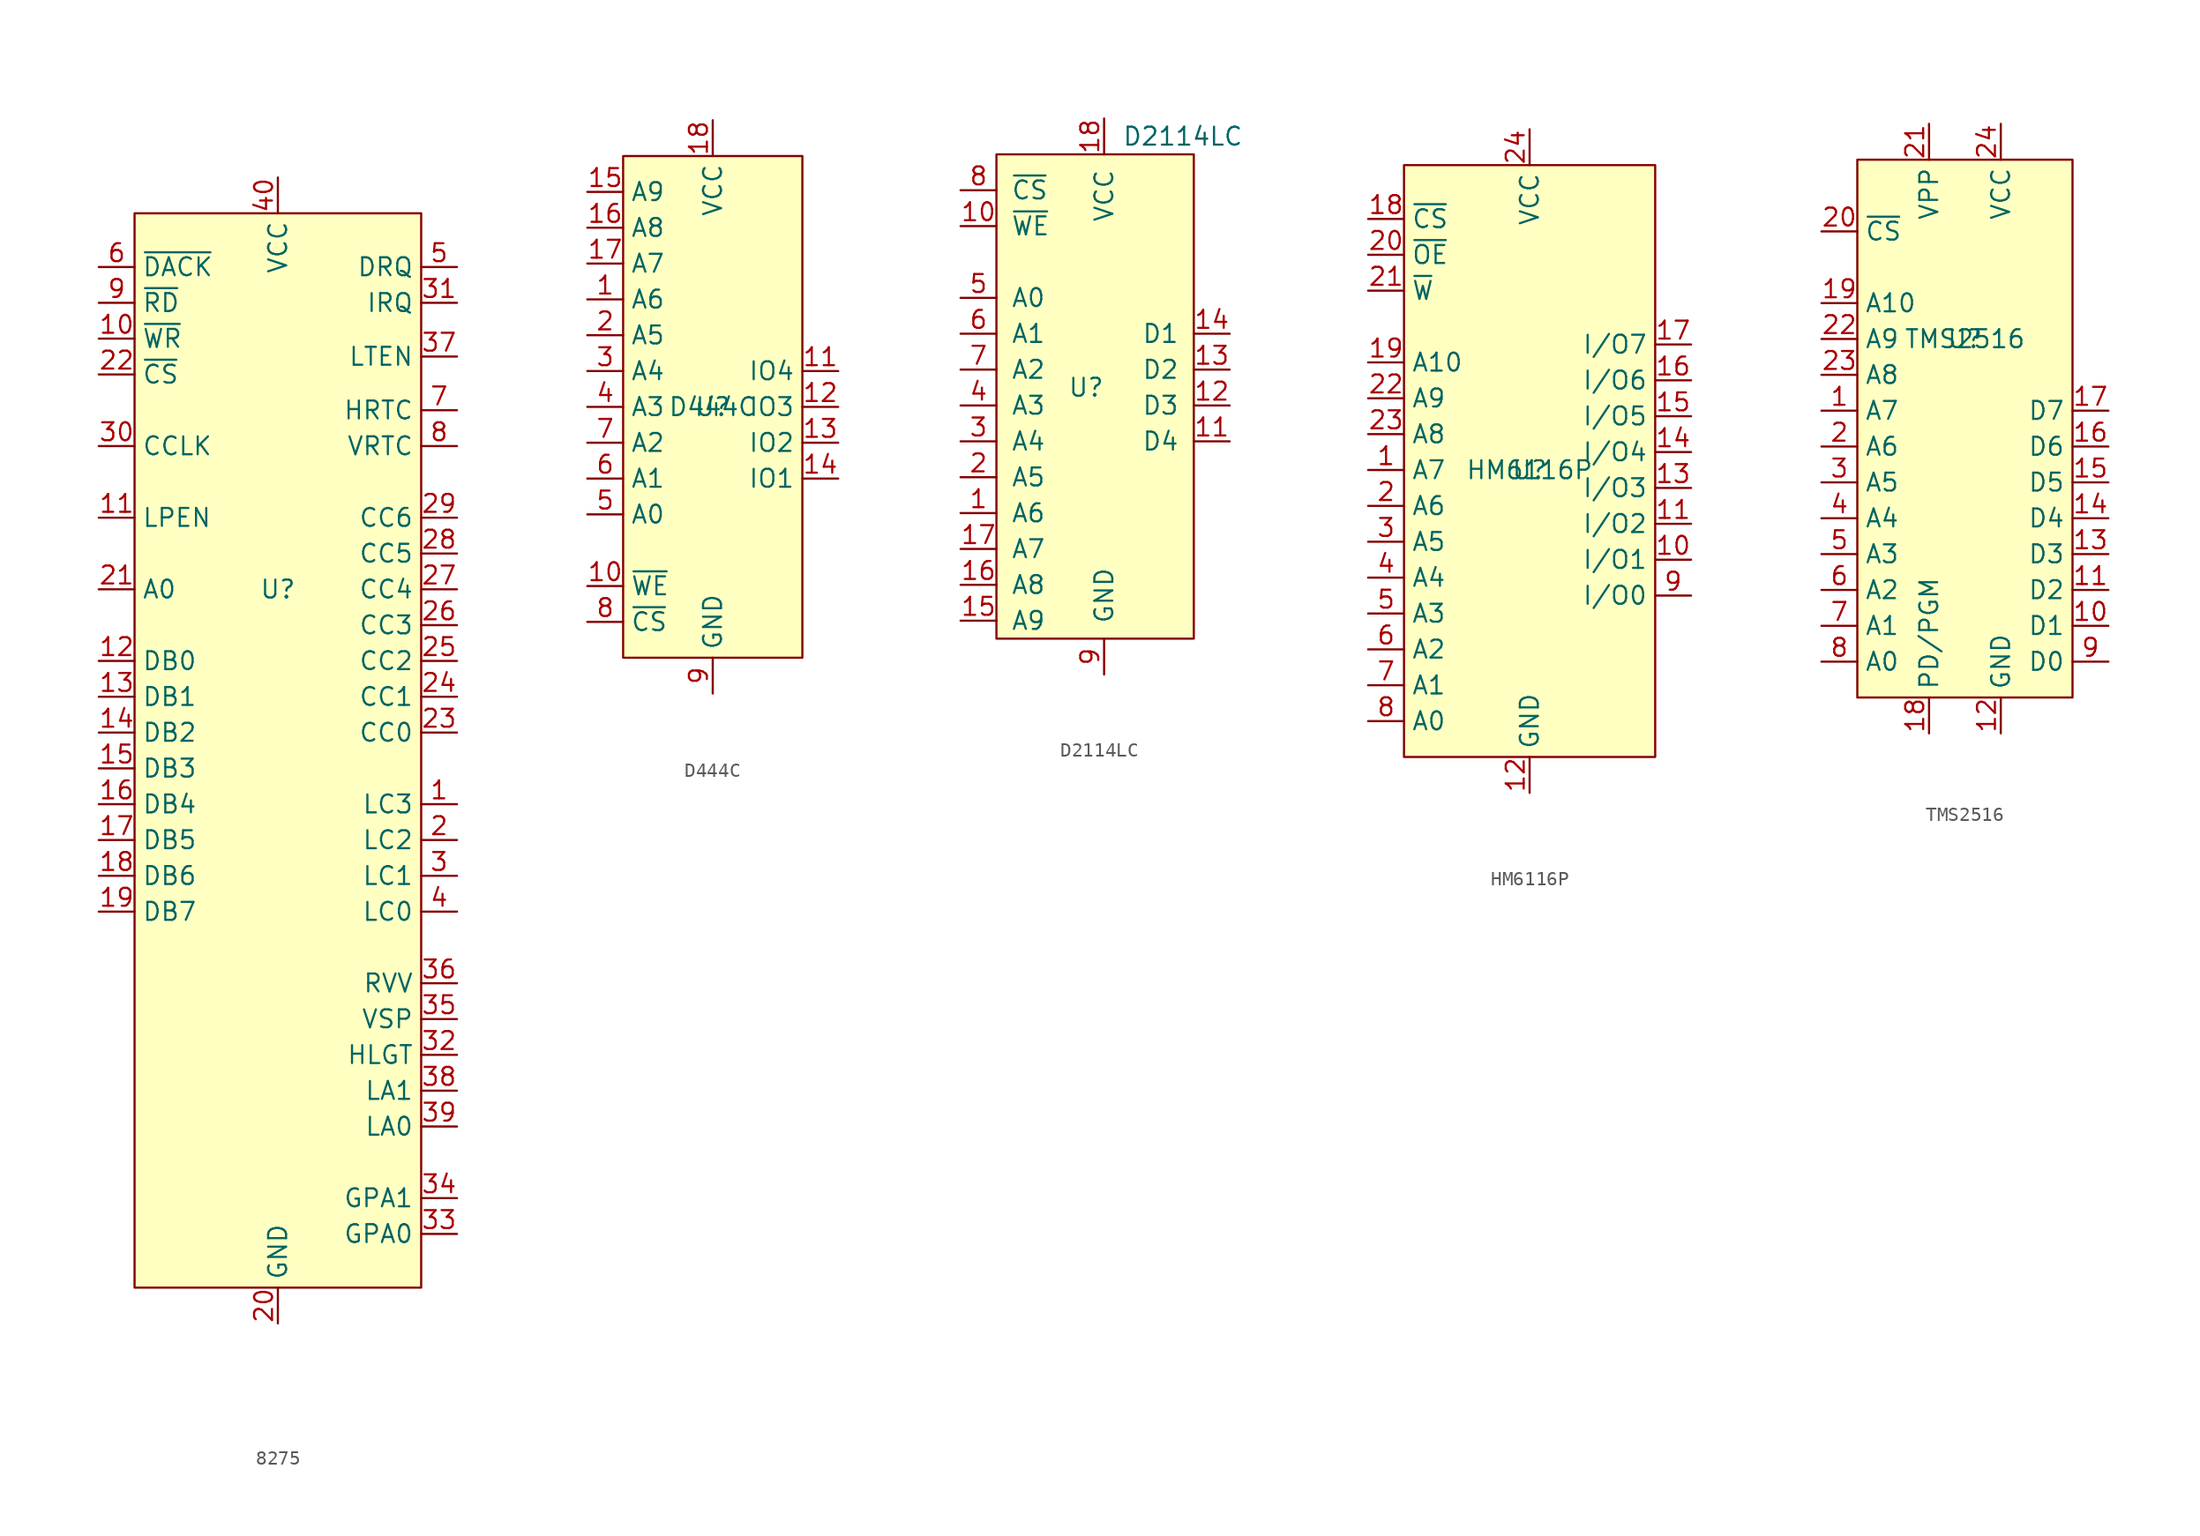
<source format=kicad_sym>
(kicad_symbol_lib
  (version 20241209)
  (generator "kicad_symbol_editor")
  (generator_version "9.0")
  (symbol "8275"
    (property "Reference" "U"
      (at 0 0 0)
      (effects (font (size 1.27 1.27))))
    (property "Value" ""
      (at 0 0 0)
      (effects (font (size 1.27 1.27))))
    (symbol "8275_1_1"
      (rectangle (start -10.16 26.67) (end 10.16 -49.53) (stroke (width 0) (type solid)) (fill (type background)))
      (pin input line (at -12.7 22.86 0) (length 2.54) (name "~{DACK}" (effects (font (size 1.27 1.27)))) (number "6" (effects (font (size 1.27 1.27)))))
      (pin input line (at -12.7 20.32 0) (length 2.54) (name "~{RD}" (effects (font (size 1.27 1.27)))) (number "9" (effects (font (size 1.27 1.27)))))
      (pin input line (at -12.7 17.78 0) (length 2.54) (name "~{WR}" (effects (font (size 1.27 1.27)))) (number "10" (effects (font (size 1.27 1.27)))))
      (pin input line (at -12.7 15.24 0) (length 2.54) (name "~{CS}" (effects (font (size 1.27 1.27)))) (number "22" (effects (font (size 1.27 1.27)))))
      (pin input line (at -12.7 10.16 0) (length 2.54) (name "CCLK" (effects (font (size 1.27 1.27)))) (number "30" (effects (font (size 1.27 1.27)))))
      (pin input line (at -12.7 5.08 0) (length 2.54) (name "LPEN" (effects (font (size 1.27 1.27)))) (number "11" (effects (font (size 1.27 1.27)))))
      (pin input line (at -12.7 0 0) (length 2.54) (name "A0" (effects (font (size 1.27 1.27)))) (number "21" (effects (font (size 1.27 1.27)))))
      (pin bidirectional line (at -12.7 -5.08 0) (length 2.54) (name "DB0" (effects (font (size 1.27 1.27)))) (number "12" (effects (font (size 1.27 1.27)))))
      (pin bidirectional line (at -12.7 -7.62 0) (length 2.54) (name "DB1" (effects (font (size 1.27 1.27)))) (number "13" (effects (font (size 1.27 1.27)))))
      (pin bidirectional line (at -12.7 -10.16 0) (length 2.54) (name "DB2" (effects (font (size 1.27 1.27)))) (number "14" (effects (font (size 1.27 1.27)))))
      (pin bidirectional line (at -12.7 -12.7 0) (length 2.54) (name "DB3" (effects (font (size 1.27 1.27)))) (number "15" (effects (font (size 1.27 1.27)))))
      (pin bidirectional line (at -12.7 -15.24 0) (length 2.54) (name "DB4" (effects (font (size 1.27 1.27)))) (number "16" (effects (font (size 1.27 1.27)))))
      (pin bidirectional line (at -12.7 -17.78 0) (length 2.54) (name "DB5" (effects (font (size 1.27 1.27)))) (number "17" (effects (font (size 1.27 1.27)))))
      (pin bidirectional line (at -12.7 -20.32 0) (length 2.54) (name "DB6" (effects (font (size 1.27 1.27)))) (number "18" (effects (font (size 1.27 1.27)))))
      (pin bidirectional line (at -12.7 -22.86 0) (length 2.54) (name "DB7" (effects (font (size 1.27 1.27)))) (number "19" (effects (font (size 1.27 1.27)))))
      (pin power_in line (at 0 29.21 270) (length 2.54) (name "VCC" (effects (font (size 1.27 1.27)))) (number "40" (effects (font (size 1.27 1.27)))))
      (pin power_in line (at 0 -52.07 90) (length 2.54) (name "GND" (effects (font (size 1.27 1.27)))) (number "20" (effects (font (size 1.27 1.27)))))
      (pin output line (at 12.7 22.86 180) (length 2.54) (name "DRQ" (effects (font (size 1.27 1.27)))) (number "5" (effects (font (size 1.27 1.27)))))
      (pin output line (at 12.7 20.32 180) (length 2.54) (name "IRQ" (effects (font (size 1.27 1.27)))) (number "31" (effects (font (size 1.27 1.27)))))
      (pin output line (at 12.7 16.51 180) (length 2.54) (name "LTEN" (effects (font (size 1.27 1.27)))) (number "37" (effects (font (size 1.27 1.27)))))
      (pin output line (at 12.7 12.7 180) (length 2.54) (name "HRTC" (effects (font (size 1.27 1.27)))) (number "7" (effects (font (size 1.27 1.27)))))
      (pin output line (at 12.7 10.16 180) (length 2.54) (name "VRTC" (effects (font (size 1.27 1.27)))) (number "8" (effects (font (size 1.27 1.27)))))
      (pin output line (at 12.7 5.08 180) (length 2.54) (name "CC6" (effects (font (size 1.27 1.27)))) (number "29" (effects (font (size 1.27 1.27)))))
      (pin output line (at 12.7 2.54 180) (length 2.54) (name "CC5" (effects (font (size 1.27 1.27)))) (number "28" (effects (font (size 1.27 1.27)))))
      (pin output line (at 12.7 0 180) (length 2.54) (name "CC4" (effects (font (size 1.27 1.27)))) (number "27" (effects (font (size 1.27 1.27)))))
      (pin output line (at 12.7 -2.54 180) (length 2.54) (name "CC3" (effects (font (size 1.27 1.27)))) (number "26" (effects (font (size 1.27 1.27)))))
      (pin output line (at 12.7 -5.08 180) (length 2.54) (name "CC2" (effects (font (size 1.27 1.27)))) (number "25" (effects (font (size 1.27 1.27)))))
      (pin output line (at 12.7 -7.62 180) (length 2.54) (name "CC1" (effects (font (size 1.27 1.27)))) (number "24" (effects (font (size 1.27 1.27)))))
      (pin output line (at 12.7 -10.16 180) (length 2.54) (name "CC0" (effects (font (size 1.27 1.27)))) (number "23" (effects (font (size 1.27 1.27)))))
      (pin output line (at 12.7 -15.24 180) (length 2.54) (name "LC3" (effects (font (size 1.27 1.27)))) (number "1" (effects (font (size 1.27 1.27)))))
      (pin output line (at 12.7 -17.78 180) (length 2.54) (name "LC2" (effects (font (size 1.27 1.27)))) (number "2" (effects (font (size 1.27 1.27)))))
      (pin output line (at 12.7 -20.32 180) (length 2.54) (name "LC1" (effects (font (size 1.27 1.27)))) (number "3" (effects (font (size 1.27 1.27)))))
      (pin output line (at 12.7 -22.86 180) (length 2.54) (name "LC0" (effects (font (size 1.27 1.27)))) (number "4" (effects (font (size 1.27 1.27)))))
      (pin output line (at 12.7 -27.94 180) (length 2.54) (name "RVV" (effects (font (size 1.27 1.27)))) (number "36" (effects (font (size 1.27 1.27)))))
      (pin output line (at 12.7 -30.48 180) (length 2.54) (name "VSP" (effects (font (size 1.27 1.27)))) (number "35" (effects (font (size 1.27 1.27)))))
      (pin output line (at 12.7 -33.02 180) (length 2.54) (name "HLGT" (effects (font (size 1.27 1.27)))) (number "32" (effects (font (size 1.27 1.27)))))
      (pin output line (at 12.7 -35.56 180) (length 2.54) (name "LA1" (effects (font (size 1.27 1.27)))) (number "38" (effects (font (size 1.27 1.27)))))
      (pin output line (at 12.7 -38.1 180) (length 2.54) (name "LA0" (effects (font (size 1.27 1.27)))) (number "39" (effects (font (size 1.27 1.27)))))
      (pin output line (at 12.7 -43.18 180) (length 2.54) (name "GPA1" (effects (font (size 1.27 1.27)))) (number "34" (effects (font (size 1.27 1.27)))))
      (pin output line (at 12.7 -45.72 180) (length 2.54) (name "GPA0" (effects (font (size 1.27 1.27)))) (number "33" (effects (font (size 1.27 1.27)))))))
  (symbol "D444C"
    (property "Reference" "U"
      (at 0 0 0)
      (effects (font (size 1.27 1.27))))
    (property "Value" "D444C"
      (at 0 0 0)
      (effects (font (size 1.27 1.27))))
    (symbol "D444C_1_1"
      (rectangle (start -6.35 17.78) (end 6.35 -17.78) (stroke (width 0) (type solid)) (fill (type background)))
      (pin input line (at -8.89 15.24 0) (length 2.54) (name "A9" (effects (font (size 1.27 1.27)))) (number "15" (effects (font (size 1.27 1.27)))))
      (pin input line (at -8.89 12.7 0) (length 2.54) (name "A8" (effects (font (size 1.27 1.27)))) (number "16" (effects (font (size 1.27 1.27)))))
      (pin input line (at -8.89 10.16 0) (length 2.54) (name "A7" (effects (font (size 1.27 1.27)))) (number "17" (effects (font (size 1.27 1.27)))))
      (pin input line (at -8.89 7.62 0) (length 2.54) (name "A6" (effects (font (size 1.27 1.27)))) (number "1" (effects (font (size 1.27 1.27)))))
      (pin input line (at -8.89 5.08 0) (length 2.54) (name "A5" (effects (font (size 1.27 1.27)))) (number "2" (effects (font (size 1.27 1.27)))))
      (pin input line (at -8.89 2.54 0) (length 2.54) (name "A4" (effects (font (size 1.27 1.27)))) (number "3" (effects (font (size 1.27 1.27)))))
      (pin input line (at -8.89 0 0) (length 2.54) (name "A3" (effects (font (size 1.27 1.27)))) (number "4" (effects (font (size 1.27 1.27)))))
      (pin input line (at -8.89 -2.54 0) (length 2.54) (name "A2" (effects (font (size 1.27 1.27)))) (number "7" (effects (font (size 1.27 1.27)))))
      (pin input line (at -8.89 -5.08 0) (length 2.54) (name "A1" (effects (font (size 1.27 1.27)))) (number "6" (effects (font (size 1.27 1.27)))))
      (pin input line (at -8.89 -7.62 0) (length 2.54) (name "A0" (effects (font (size 1.27 1.27)))) (number "5" (effects (font (size 1.27 1.27)))))
      (pin input line (at -8.89 -12.7 0) (length 2.54) (name "~{WE}" (effects (font (size 1.27 1.27)))) (number "10" (effects (font (size 1.27 1.27)))))
      (pin input line (at -8.89 -15.24 0) (length 2.54) (name "~{CS}" (effects (font (size 1.27 1.27)))) (number "8" (effects (font (size 1.27 1.27)))))
      (pin power_in line (at 0 20.32 270) (length 2.54) (name "VCC" (effects (font (size 1.27 1.27)))) (number "18" (effects (font (size 1.27 1.27)))))
      (pin power_in line (at 0 -20.32 90) (length 2.54) (name "GND" (effects (font (size 1.27 1.27)))) (number "9" (effects (font (size 1.27 1.27)))))
      (pin bidirectional line (at 8.89 2.54 180) (length 2.54) (name "IO4" (effects (font (size 1.27 1.27)))) (number "11" (effects (font (size 1.27 1.27)))))
      (pin bidirectional line (at 8.89 0 180) (length 2.54) (name "IO3" (effects (font (size 1.27 1.27)))) (number "12" (effects (font (size 1.27 1.27)))))
      (pin bidirectional line (at 8.89 -2.54 180) (length 2.54) (name "IO2" (effects (font (size 1.27 1.27)))) (number "13" (effects (font (size 1.27 1.27)))))
      (pin bidirectional line (at 8.89 -5.08 180) (length 2.54) (name "IO1" (effects (font (size 1.27 1.27)))) (number "14" (effects (font (size 1.27 1.27)))))))
  (symbol "D2114LC"
    (pin_names
      (offset 1.016))
    (property "Reference" "U"
      (at -1.27 0 0)
      (effects (font (size 1.27 1.27))))
    (property "Value" "D2114LC"
      (at 1.27 17.78 0)
      (effects (font (size 1.27 1.27)) (justify left)))
    (symbol "D2114LC_0_1"
      (rectangle (start -7.62 16.51) (end 6.35 -17.78) (stroke (width 0) (type solid)) (fill (type background))))
    (symbol "D2114LC_1_1"
      (pin input line (at -10.16 13.97 0) (length 2.54) (name "~{CS}" (effects (font (size 1.27 1.27)))) (number "8" (effects (font (size 1.27 1.27)))))
      (pin input line (at -10.16 11.43 0) (length 2.54) (name "~{WE}" (effects (font (size 1.27 1.27)))) (number "10" (effects (font (size 1.27 1.27)))))
      (pin input line (at -10.16 6.35 0) (length 2.54) (name "A0" (effects (font (size 1.27 1.27)))) (number "5" (effects (font (size 1.27 1.27)))))
      (pin input line (at -10.16 3.81 0) (length 2.54) (name "A1" (effects (font (size 1.27 1.27)))) (number "6" (effects (font (size 1.27 1.27)))))
      (pin input line (at -10.16 1.27 0) (length 2.54) (name "A2" (effects (font (size 1.27 1.27)))) (number "7" (effects (font (size 1.27 1.27)))))
      (pin input line (at -10.16 -1.27 0) (length 2.54) (name "A3" (effects (font (size 1.27 1.27)))) (number "4" (effects (font (size 1.27 1.27)))))
      (pin input line (at -10.16 -3.81 0) (length 2.54) (name "A4" (effects (font (size 1.27 1.27)))) (number "3" (effects (font (size 1.27 1.27)))))
      (pin input line (at -10.16 -6.35 0) (length 2.54) (name "A5" (effects (font (size 1.27 1.27)))) (number "2" (effects (font (size 1.27 1.27)))))
      (pin input line (at -10.16 -8.89 0) (length 2.54) (name "A6" (effects (font (size 1.27 1.27)))) (number "1" (effects (font (size 1.27 1.27)))))
      (pin input line (at -10.16 -11.43 0) (length 2.54) (name "A7" (effects (font (size 1.27 1.27)))) (number "17" (effects (font (size 1.27 1.27)))))
      (pin input line (at -10.16 -13.97 0) (length 2.54) (name "A8" (effects (font (size 1.27 1.27)))) (number "16" (effects (font (size 1.27 1.27)))))
      (pin input line (at -10.16 -16.51 0) (length 2.54) (name "A9" (effects (font (size 1.27 1.27)))) (number "15" (effects (font (size 1.27 1.27)))))
      (pin power_in line (at 0 19.05 270) (length 2.54) (name "VCC" (effects (font (size 1.27 1.27)))) (number "18" (effects (font (size 1.27 1.27)))))
      (pin power_in line (at 0 -20.32 90) (length 2.54) (name "GND" (effects (font (size 1.27 1.27)))) (number "9" (effects (font (size 1.27 1.27)))))
      (pin bidirectional line (at 8.89 3.81 180) (length 2.54) (name "D1" (effects (font (size 1.27 1.27)))) (number "14" (effects (font (size 1.27 1.27)))))
      (pin bidirectional line (at 8.89 1.27 180) (length 2.54) (name "D2" (effects (font (size 1.27 1.27)))) (number "13" (effects (font (size 1.27 1.27)))))
      (pin bidirectional line (at 8.89 -1.27 180) (length 2.54) (name "D3" (effects (font (size 1.27 1.27)))) (number "12" (effects (font (size 1.27 1.27)))))
      (pin bidirectional line (at 8.89 -3.81 180) (length 2.54) (name "D4" (effects (font (size 1.27 1.27)))) (number "11" (effects (font (size 1.27 1.27)))))))
  (symbol "HM6116P"
    (property "Reference" "U"
      (at 0 0 0)
      (effects (font (size 1.27 1.27))))
    (property "Value" "HM6116P"
      (at 0 0 0)
      (effects (font (size 1.27 1.27))))
    (symbol "HM6116P_1_1"
      (rectangle (start -8.89 21.59) (end 8.89 -20.32) (stroke (width 0) (type solid)) (fill (type background)))
      (pin input line (at -11.43 17.78 0) (length 2.54) (name "~{CS}" (effects (font (size 1.27 1.27)))) (number "18" (effects (font (size 1.27 1.27)))))
      (pin input line (at -11.43 15.24 0) (length 2.54) (name "~{OE}" (effects (font (size 1.27 1.27)))) (number "20" (effects (font (size 1.27 1.27)))))
      (pin input line (at -11.43 12.7 0) (length 2.54) (name "~{W}" (effects (font (size 1.27 1.27)))) (number "21" (effects (font (size 1.27 1.27)))))
      (pin input line (at -11.43 7.62 0) (length 2.54) (name "A10" (effects (font (size 1.27 1.27)))) (number "19" (effects (font (size 1.27 1.27)))))
      (pin input line (at -11.43 5.08 0) (length 2.54) (name "A9" (effects (font (size 1.27 1.27)))) (number "22" (effects (font (size 1.27 1.27)))))
      (pin input line (at -11.43 2.54 0) (length 2.54) (name "A8" (effects (font (size 1.27 1.27)))) (number "23" (effects (font (size 1.27 1.27)))))
      (pin input line (at -11.43 0 0) (length 2.54) (name "A7" (effects (font (size 1.27 1.27)))) (number "1" (effects (font (size 1.27 1.27)))))
      (pin input line (at -11.43 -2.54 0) (length 2.54) (name "A6" (effects (font (size 1.27 1.27)))) (number "2" (effects (font (size 1.27 1.27)))))
      (pin input line (at -11.43 -5.08 0) (length 2.54) (name "A5" (effects (font (size 1.27 1.27)))) (number "3" (effects (font (size 1.27 1.27)))))
      (pin input line (at -11.43 -7.62 0) (length 2.54) (name "A4" (effects (font (size 1.27 1.27)))) (number "4" (effects (font (size 1.27 1.27)))))
      (pin input line (at -11.43 -10.16 0) (length 2.54) (name "A3" (effects (font (size 1.27 1.27)))) (number "5" (effects (font (size 1.27 1.27)))))
      (pin input line (at -11.43 -12.7 0) (length 2.54) (name "A2" (effects (font (size 1.27 1.27)))) (number "6" (effects (font (size 1.27 1.27)))))
      (pin input line (at -11.43 -15.24 0) (length 2.54) (name "A1" (effects (font (size 1.27 1.27)))) (number "7" (effects (font (size 1.27 1.27)))))
      (pin input line (at -11.43 -17.78 0) (length 2.54) (name "A0" (effects (font (size 1.27 1.27)))) (number "8" (effects (font (size 1.27 1.27)))))
      (pin power_in line (at 0 24.13 270) (length 2.54) (name "VCC" (effects (font (size 1.27 1.27)))) (number "24" (effects (font (size 1.27 1.27)))))
      (pin power_in line (at 0 -22.86 90) (length 2.54) (name "GND" (effects (font (size 1.27 1.27)))) (number "12" (effects (font (size 1.27 1.27)))))
      (pin bidirectional line (at 11.43 8.89 180) (length 2.54) (name "I/O7" (effects (font (size 1.27 1.27)))) (number "17" (effects (font (size 1.27 1.27)))))
      (pin bidirectional line (at 11.43 6.35 180) (length 2.54) (name "I/O6" (effects (font (size 1.27 1.27)))) (number "16" (effects (font (size 1.27 1.27)))))
      (pin bidirectional line (at 11.43 3.81 180) (length 2.54) (name "I/O5" (effects (font (size 1.27 1.27)))) (number "15" (effects (font (size 1.27 1.27)))))
      (pin bidirectional line (at 11.43 1.27 180) (length 2.54) (name "I/O4" (effects (font (size 1.27 1.27)))) (number "14" (effects (font (size 1.27 1.27)))))
      (pin bidirectional line (at 11.43 -1.27 180) (length 2.54) (name "I/O3" (effects (font (size 1.27 1.27)))) (number "13" (effects (font (size 1.27 1.27)))))
      (pin bidirectional line (at 11.43 -3.81 180) (length 2.54) (name "I/O2" (effects (font (size 1.27 1.27)))) (number "11" (effects (font (size 1.27 1.27)))))
      (pin bidirectional line (at 11.43 -6.35 180) (length 2.54) (name "I/O1" (effects (font (size 1.27 1.27)))) (number "10" (effects (font (size 1.27 1.27)))))
      (pin bidirectional line (at 11.43 -8.89 180) (length 2.54) (name "I/O0" (effects (font (size 1.27 1.27)))) (number "9" (effects (font (size 1.27 1.27)))))))
  (symbol "TMS2516"
    (property "Reference" "U"
      (at 0 0 0)
      (effects (font (size 1.27 1.27))))
    (property "Value" "TMS2516"
      (at 0 0 0)
      (effects (font (size 1.27 1.27))))
    (symbol "TMS2516_1_1"
      (rectangle (start -7.62 12.7) (end 7.62 -25.4) (stroke (width 0) (type solid)) (fill (type background)))
      (pin input line (at -10.16 7.62 0) (length 2.54) (name "~{CS}" (effects (font (size 1.27 1.27)))) (number "20" (effects (font (size 1.27 1.27)))))
      (pin input line (at -10.16 2.54 0) (length 2.54) (name "A10" (effects (font (size 1.27 1.27)))) (number "19" (effects (font (size 1.27 1.27)))))
      (pin input line (at -10.16 0 0) (length 2.54) (name "A9" (effects (font (size 1.27 1.27)))) (number "22" (effects (font (size 1.27 1.27)))))
      (pin input line (at -10.16 -2.54 0) (length 2.54) (name "A8" (effects (font (size 1.27 1.27)))) (number "23" (effects (font (size 1.27 1.27)))))
      (pin input line (at -10.16 -5.08 0) (length 2.54) (name "A7" (effects (font (size 1.27 1.27)))) (number "1" (effects (font (size 1.27 1.27)))))
      (pin input line (at -10.16 -7.62 0) (length 2.54) (name "A6" (effects (font (size 1.27 1.27)))) (number "2" (effects (font (size 1.27 1.27)))))
      (pin input line (at -10.16 -10.16 0) (length 2.54) (name "A5" (effects (font (size 1.27 1.27)))) (number "3" (effects (font (size 1.27 1.27)))))
      (pin input line (at -10.16 -12.7 0) (length 2.54) (name "A4" (effects (font (size 1.27 1.27)))) (number "4" (effects (font (size 1.27 1.27)))))
      (pin input line (at -10.16 -15.24 0) (length 2.54) (name "A3" (effects (font (size 1.27 1.27)))) (number "5" (effects (font (size 1.27 1.27)))))
      (pin input line (at -10.16 -17.78 0) (length 2.54) (name "A2" (effects (font (size 1.27 1.27)))) (number "6" (effects (font (size 1.27 1.27)))))
      (pin input line (at -10.16 -20.32 0) (length 2.54) (name "A1" (effects (font (size 1.27 1.27)))) (number "7" (effects (font (size 1.27 1.27)))))
      (pin input line (at -10.16 -22.86 0) (length 2.54) (name "A0" (effects (font (size 1.27 1.27)))) (number "8" (effects (font (size 1.27 1.27)))))
      (pin power_in line (at -2.54 15.24 270) (length 2.54) (name "VPP" (effects (font (size 1.27 1.27)))) (number "21" (effects (font (size 1.27 1.27)))))
      (pin input line (at -2.54 -27.94 90) (length 2.54) (name "PD/PGM" (effects (font (size 1.27 1.27)))) (number "18" (effects (font (size 1.27 1.27)))))
      (pin power_in line (at 2.54 15.24 270) (length 2.54) (name "VCC" (effects (font (size 1.27 1.27)))) (number "24" (effects (font (size 1.27 1.27)))))
      (pin power_in line (at 2.54 -27.94 90) (length 2.54) (name "GND" (effects (font (size 1.27 1.27)))) (number "12" (effects (font (size 1.27 1.27)))))
      (pin output line (at 10.16 -5.08 180) (length 2.54) (name "D7" (effects (font (size 1.27 1.27)))) (number "17" (effects (font (size 1.27 1.27)))))
      (pin output line (at 10.16 -7.62 180) (length 2.54) (name "D6" (effects (font (size 1.27 1.27)))) (number "16" (effects (font (size 1.27 1.27)))))
      (pin output line (at 10.16 -10.16 180) (length 2.54) (name "D5" (effects (font (size 1.27 1.27)))) (number "15" (effects (font (size 1.27 1.27)))))
      (pin output line (at 10.16 -12.7 180) (length 2.54) (name "D4" (effects (font (size 1.27 1.27)))) (number "14" (effects (font (size 1.27 1.27)))))
      (pin output line (at 10.16 -15.24 180) (length 2.54) (name "D3" (effects (font (size 1.27 1.27)))) (number "13" (effects (font (size 1.27 1.27)))))
      (pin output line (at 10.16 -17.78 180) (length 2.54) (name "D2" (effects (font (size 1.27 1.27)))) (number "11" (effects (font (size 1.27 1.27)))))
      (pin output line (at 10.16 -20.32 180) (length 2.54) (name "D1" (effects (font (size 1.27 1.27)))) (number "10" (effects (font (size 1.27 1.27)))))
      (pin output line (at 10.16 -22.86 180) (length 2.54) (name "D0" (effects (font (size 1.27 1.27)))) (number "9" (effects (font (size 1.27 1.27))))))))
</source>
